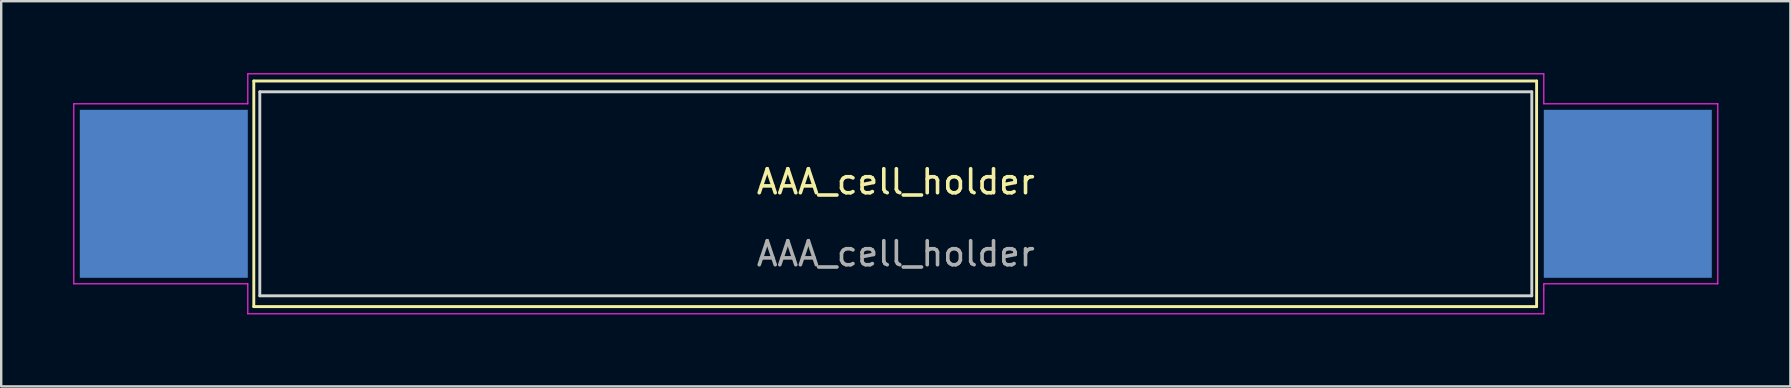
<source format=kicad_pcb>
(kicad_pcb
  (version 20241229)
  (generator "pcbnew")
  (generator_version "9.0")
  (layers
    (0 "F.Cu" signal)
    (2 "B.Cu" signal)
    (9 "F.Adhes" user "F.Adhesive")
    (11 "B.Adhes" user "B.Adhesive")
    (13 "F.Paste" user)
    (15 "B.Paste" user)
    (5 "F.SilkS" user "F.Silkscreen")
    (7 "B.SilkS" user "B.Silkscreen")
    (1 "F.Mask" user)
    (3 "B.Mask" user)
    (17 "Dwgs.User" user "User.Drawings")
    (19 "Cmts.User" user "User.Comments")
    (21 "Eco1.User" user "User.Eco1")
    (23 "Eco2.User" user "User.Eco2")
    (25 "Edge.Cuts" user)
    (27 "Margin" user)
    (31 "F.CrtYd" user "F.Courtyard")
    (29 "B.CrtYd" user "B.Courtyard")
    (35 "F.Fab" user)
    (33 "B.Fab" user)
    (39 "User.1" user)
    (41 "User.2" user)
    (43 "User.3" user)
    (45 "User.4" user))
  (footprint "AAA_cell_holder"
    (layer "F.Cu")
    (at 34.275 5.025)
    (property "Reference" "AAA_cell_holder" (at 0 -0.5 0) (unlocked yes) (layer "F.SilkS") (effects (font (size 1 1) (thickness 0.15))))
    (fp_line (start -26.75 -4.7) (end -26.75 4.7) (stroke (width 0.12) (type solid)) (layer "F.SilkS"))
    (fp_line (start -26.75 4.7) (end 26.7 4.7) (stroke (width 0.12) (type solid)) (layer "F.SilkS"))
    (fp_line (start 26.7 -4.7) (end -26.75 -4.7) (stroke (width 0.12) (type solid)) (layer "F.SilkS"))
    (fp_line (start 26.7 4.7) (end 26.7 -4.7) (stroke (width 0.12) (type solid)) (layer "F.SilkS"))
    (fp_line (start -26.5 -4.25) (end -26.5 4.25) (stroke (width 0.12) (type solid)) (layer "Edge.Cuts"))
    (fp_line (start -26.5 4.25) (end 26.5 4.25) (stroke (width 0.12) (type solid)) (layer "Edge.Cuts"))
    (fp_line (start 26.5 -4.25) (end -26.5 -4.25) (stroke (width 0.12) (type solid)) (layer "Edge.Cuts"))
    (fp_line (start 26.5 4.25) (end 26.5 -4.25) (stroke (width 0.12) (type solid)) (layer "Edge.Cuts"))
    (fp_line (start -34.25 -3.75) (end -34.25 3.75) (stroke (width 0.05) (type solid)) (layer "F.CrtYd"))
    (fp_line (start -34.25 3.75) (end -27 3.75) (stroke (width 0.05) (type solid)) (layer "F.CrtYd"))
    (fp_line (start -27 -5) (end -27 -3.75) (stroke (width 0.05) (type solid)) (layer "F.CrtYd"))
    (fp_line (start -27 -3.75) (end -34.25 -3.75) (stroke (width 0.05) (type solid)) (layer "F.CrtYd"))
    (fp_line (start -27 3.75) (end -27 5) (stroke (width 0.05) (type solid)) (layer "F.CrtYd"))
    (fp_line (start -27 5) (end 27 5) (stroke (width 0.05) (type solid)) (layer "F.CrtYd"))
    (fp_line (start 27 -5) (end -27 -5) (stroke (width 0.05) (type solid)) (layer "F.CrtYd"))
    (fp_line (start 27 -3.75) (end 27 -5) (stroke (width 0.05) (type solid)) (layer "F.CrtYd"))
    (fp_line (start 27 3.75) (end 34.25 3.75) (stroke (width 0.05) (type solid)) (layer "F.CrtYd"))
    (fp_line (start 27 4) (end 27 3.75) (stroke (width 0.05) (type solid)) (layer "F.CrtYd"))
    (fp_line (start 27 5) (end 27 4) (stroke (width 0.05) (type solid)) (layer "F.CrtYd"))
    (fp_line (start 34.25 -3.75) (end 27 -3.75) (stroke (width 0.05) (type solid)) (layer "F.CrtYd"))
    (fp_line (start 34.25 3.75) (end 34.25 -3.75) (stroke (width 0.05) (type solid)) (layer "F.CrtYd"))
    (fp_text user "${REFERENCE}" (at 0 2.5 0) (unlocked yes) (layer "F.Fab") (effects (font (size 1 1) (thickness 0.15))))
    (pad "1" smd rect (at 30.5 0) (size 7 7) (layers "B.Cu" "B.Mask" "B.Paste"))
    (pad "2" smd rect (at -30.5 0) (size 7 7) (layers "B.Cu" "B.Mask" "B.Paste")))
  (gr_rect
    (start -3 -3)
    (end 71.55 13.05)
    (stroke (width 0.1) (type default))
    (fill no)
    (layer "Edge.Cuts")))
</source>
